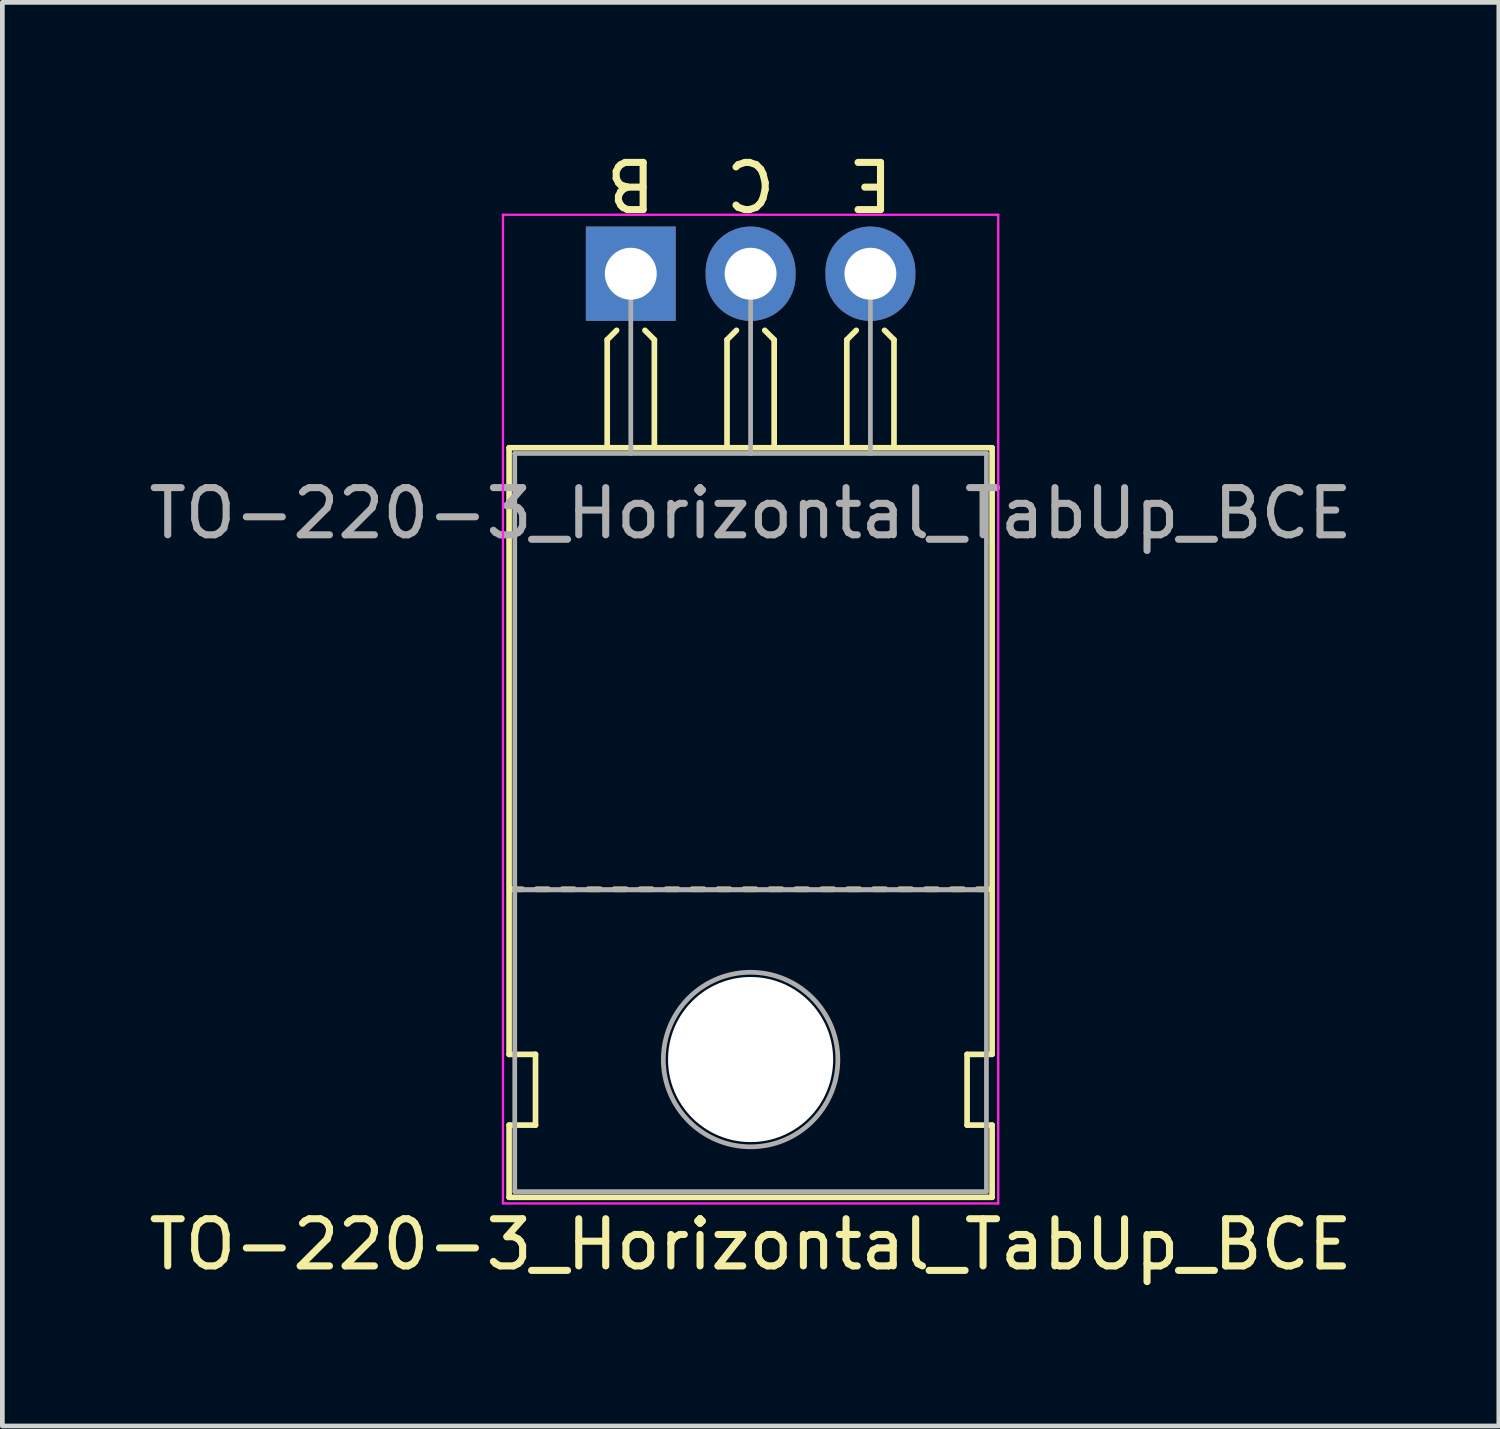
<source format=kicad_pcb>
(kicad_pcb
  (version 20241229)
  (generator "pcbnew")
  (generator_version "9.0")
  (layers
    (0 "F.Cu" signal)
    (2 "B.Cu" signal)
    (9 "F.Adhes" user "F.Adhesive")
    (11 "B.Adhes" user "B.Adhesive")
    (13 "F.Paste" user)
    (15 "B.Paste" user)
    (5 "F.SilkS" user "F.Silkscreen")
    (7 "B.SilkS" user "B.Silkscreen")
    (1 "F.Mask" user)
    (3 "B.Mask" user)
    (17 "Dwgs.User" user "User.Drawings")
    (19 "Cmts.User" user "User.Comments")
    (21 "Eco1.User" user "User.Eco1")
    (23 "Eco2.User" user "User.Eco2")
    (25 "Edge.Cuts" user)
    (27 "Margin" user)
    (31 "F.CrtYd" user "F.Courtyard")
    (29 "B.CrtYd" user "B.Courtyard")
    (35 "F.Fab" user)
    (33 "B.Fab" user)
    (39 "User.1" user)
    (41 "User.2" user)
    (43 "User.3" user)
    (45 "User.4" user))
  (footprint "TO-220-3_Horizontal_TabUp_BCE"
    (layer "F.Cu")
    (at 10.323 2.753)
    (property "Reference" "TO-220-3_Horizontal_TabUp_BCE" (at 2.54 20.58 0) (layer "F.SilkS") (effects (font (size 1 1) (thickness 0.15))))
    (fp_line (start -2.58 16.55) (end -2.58 3.69) (stroke (width 0.12) (type solid)) (layer "F.SilkS"))
    (fp_line (start -2.58 16.55) (end -2.02 16.55) (stroke (width 0.12) (type solid)) (layer "F.SilkS"))
    (fp_line (start -2.58 19.58) (end -2.58 18.05) (stroke (width 0.12) (type solid)) (layer "F.SilkS"))
    (fp_line (start -2.3 13.05) (end -2.55 13.05) (stroke (width 0.12) (type solid)) (layer "F.SilkS"))
    (fp_line (start -2.02 16.55) (end -2.02 18.05) (stroke (width 0.12) (type solid)) (layer "F.SilkS"))
    (fp_line (start -2.02 18.05) (end -2.58 18.05) (stroke (width 0.12) (type solid)) (layer "F.SilkS"))
    (fp_line (start -1.75 13.05) (end -2 13.05) (stroke (width 0.12) (type solid)) (layer "F.SilkS"))
    (fp_line (start -1.2 13.05) (end -1.45 13.05) (stroke (width 0.12) (type solid)) (layer "F.SilkS"))
    (fp_line (start -0.65 13.05) (end -0.9 13.05) (stroke (width 0.12) (type solid)) (layer "F.SilkS"))
    (fp_line (start -0.5 1.4) (end -0.3 1.2) (stroke (width 0.12) (type solid)) (layer "F.SilkS"))
    (fp_line (start -0.5 3.65) (end -0.5 1.4) (stroke (width 0.12) (type solid)) (layer "F.SilkS"))
    (fp_line (start -0.1 13.05) (end -0.35 13.05) (stroke (width 0.12) (type solid)) (layer "F.SilkS"))
    (fp_line (start 0.45 13.05) (end 0.2 13.05) (stroke (width 0.12) (type solid)) (layer "F.SilkS"))
    (fp_line (start 0.5 1.4) (end 0.3 1.2) (stroke (width 0.12) (type solid)) (layer "F.SilkS"))
    (fp_line (start 0.5 3.65) (end 0.5 1.4) (stroke (width 0.12) (type solid)) (layer "F.SilkS"))
    (fp_line (start 1 13.05) (end 0.75 13.05) (stroke (width 0.12) (type solid)) (layer "F.SilkS"))
    (fp_line (start 1.55 13.05) (end 1.3 13.05) (stroke (width 0.12) (type solid)) (layer "F.SilkS"))
    (fp_line (start 2.04 1.4) (end 2.24 1.2) (stroke (width 0.12) (type solid)) (layer "F.SilkS"))
    (fp_line (start 2.04 3.65) (end 2.04 1.4) (stroke (width 0.12) (type solid)) (layer "F.SilkS"))
    (fp_line (start 2.1 13.05) (end 1.85 13.05) (stroke (width 0.12) (type solid)) (layer "F.SilkS"))
    (fp_line (start 2.65 13.05) (end 2.4 13.05) (stroke (width 0.12) (type solid)) (layer "F.SilkS"))
    (fp_line (start 3.04 1.4) (end 2.84 1.2) (stroke (width 0.12) (type solid)) (layer "F.SilkS"))
    (fp_line (start 3.04 3.65) (end 3.04 1.4) (stroke (width 0.12) (type solid)) (layer "F.SilkS"))
    (fp_line (start 3.2 13.05) (end 2.95 13.05) (stroke (width 0.12) (type solid)) (layer "F.SilkS"))
    (fp_line (start 3.75 13.05) (end 3.5 13.05) (stroke (width 0.12) (type solid)) (layer "F.SilkS"))
    (fp_line (start 4.3 13.05) (end 4.05 13.05) (stroke (width 0.12) (type solid)) (layer "F.SilkS"))
    (fp_line (start 4.58 1.4) (end 4.78 1.2) (stroke (width 0.12) (type solid)) (layer "F.SilkS"))
    (fp_line (start 4.58 3.65) (end 4.58 1.4) (stroke (width 0.12) (type solid)) (layer "F.SilkS"))
    (fp_line (start 4.85 13.05) (end 4.6 13.05) (stroke (width 0.12) (type solid)) (layer "F.SilkS"))
    (fp_line (start 5.4 13.05) (end 5.15 13.05) (stroke (width 0.12) (type solid)) (layer "F.SilkS"))
    (fp_line (start 5.58 1.4) (end 5.38 1.2) (stroke (width 0.12) (type solid)) (layer "F.SilkS"))
    (fp_line (start 5.58 3.65) (end 5.58 1.4) (stroke (width 0.12) (type solid)) (layer "F.SilkS"))
    (fp_line (start 5.95 13.05) (end 5.7 13.05) (stroke (width 0.12) (type solid)) (layer "F.SilkS"))
    (fp_line (start 6.5 13.05) (end 6.25 13.05) (stroke (width 0.12) (type solid)) (layer "F.SilkS"))
    (fp_line (start 7.05 13.05) (end 6.8 13.05) (stroke (width 0.12) (type solid)) (layer "F.SilkS"))
    (fp_line (start 7.13 16.55) (end 7.655 16.55) (stroke (width 0.12) (type solid)) (layer "F.SilkS"))
    (fp_line (start 7.13 18.05) (end 7.13 16.55) (stroke (width 0.12) (type solid)) (layer "F.SilkS"))
    (fp_line (start 7.6 13.05) (end 7.35 13.05) (stroke (width 0.12) (type solid)) (layer "F.SilkS"))
    (fp_line (start 7.66 3.69) (end -2.58 3.69) (stroke (width 0.12) (type solid)) (layer "F.SilkS"))
    (fp_line (start 7.66 16.55) (end 7.66 3.69) (stroke (width 0.12) (type solid)) (layer "F.SilkS"))
    (fp_line (start 7.66 18.05) (end 7.13 18.05) (stroke (width 0.12) (type solid)) (layer "F.SilkS"))
    (fp_line (start 7.66 19.58) (end -2.58 19.58) (stroke (width 0.12) (type solid)) (layer "F.SilkS"))
    (fp_line (start 7.66 19.58) (end 7.66 18.05) (stroke (width 0.12) (type solid)) (layer "F.SilkS"))
    (fp_line (start -2.71 -1.25) (end -2.71 19.71) (stroke (width 0.05) (type solid)) (layer "F.CrtYd"))
    (fp_line (start -2.71 19.71) (end 7.79 19.71) (stroke (width 0.05) (type solid)) (layer "F.CrtYd"))
    (fp_line (start 7.79 -1.25) (end -2.71 -1.25) (stroke (width 0.05) (type solid)) (layer "F.CrtYd"))
    (fp_line (start 7.79 19.71) (end 7.79 -1.25) (stroke (width 0.05) (type solid)) (layer "F.CrtYd"))
    (fp_line (start -2.46 3.81) (end -2.46 13.06) (stroke (width 0.1) (type solid)) (layer "F.Fab"))
    (fp_line (start -2.46 13.06) (end -2.46 19.46) (stroke (width 0.1) (type solid)) (layer "F.Fab"))
    (fp_line (start -2.46 13.06) (end 7.54 13.06) (stroke (width 0.1) (type solid)) (layer "F.Fab"))
    (fp_line (start -2.46 19.46) (end 7.54 19.46) (stroke (width 0.1) (type solid)) (layer "F.Fab"))
    (fp_line (start 0 3.81) (end 0 0) (stroke (width 0.1) (type solid)) (layer "F.Fab"))
    (fp_line (start 2.54 3.81) (end 2.54 0) (stroke (width 0.1) (type solid)) (layer "F.Fab"))
    (fp_line (start 5.08 3.81) (end 5.08 0) (stroke (width 0.1) (type solid)) (layer "F.Fab"))
    (fp_line (start 7.54 3.81) (end -2.46 3.81) (stroke (width 0.1) (type solid)) (layer "F.Fab"))
    (fp_line (start 7.54 13.06) (end -2.46 13.06) (stroke (width 0.1) (type solid)) (layer "F.Fab"))
    (fp_line (start 7.54 13.06) (end 7.54 3.81) (stroke (width 0.1) (type solid)) (layer "F.Fab"))
    (fp_line (start 7.54 19.46) (end 7.54 13.06) (stroke (width 0.1) (type solid)) (layer "F.Fab"))
    (fp_circle (center 2.54 16.66) (end 4.39 16.66) (stroke (width 0.1) (type solid)) (fill no) (layer "F.Fab"))
    (fp_text user "E" (at 5.08 -1.905 180) (unlocked yes) (layer "F.SilkS") (effects (font (size 1 1) (thickness 0.15))))
    (fp_text user "B" (at 0 -1.905 180) (unlocked yes) (layer "F.SilkS") (effects (font (size 1 1) (thickness 0.15))))
    (fp_text user "C" (at 2.54 -1.905 180) (unlocked yes) (layer "F.SilkS") (effects (font (size 1 1) (thickness 0.15))))
    (fp_text user "${REFERENCE}" (at 2.54 5.08 0) (layer "F.Fab") (effects (font (size 1 1) (thickness 0.15))))
    (pad "" np_thru_hole oval (at 2.54 16.66) (size 3.5 3.5) (drill 3.5) (layers "*.Cu" "*.Mask"))
    (pad "1" thru_hole rect (at 0 0) (size 1.905 2) (drill 1.1) (layers "*.Cu" "*.Mask"))
    (pad "2" thru_hole oval (at 2.54 0) (size 1.905 2) (drill 1.1) (layers "*.Cu" "*.Mask"))
    (pad "3" thru_hole oval (at 5.08 0) (size 1.905 2) (drill 1.1) (layers "*.Cu" "*.Mask")))
  (gr_rect
    (start -3 -3)
    (end 28.726 27.181)
    (stroke (width 0.1) (type default))
    (fill no)
    (layer "Edge.Cuts")))
</source>
